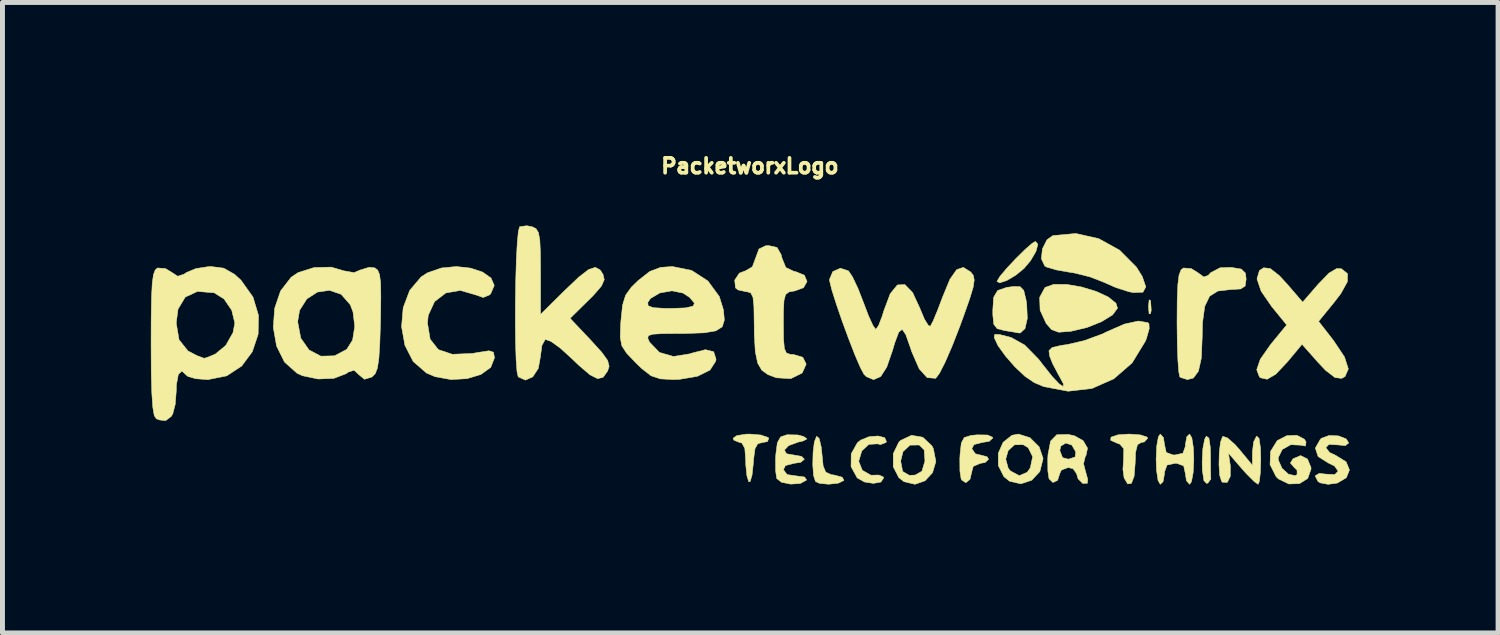
<source format=kicad_pcb>
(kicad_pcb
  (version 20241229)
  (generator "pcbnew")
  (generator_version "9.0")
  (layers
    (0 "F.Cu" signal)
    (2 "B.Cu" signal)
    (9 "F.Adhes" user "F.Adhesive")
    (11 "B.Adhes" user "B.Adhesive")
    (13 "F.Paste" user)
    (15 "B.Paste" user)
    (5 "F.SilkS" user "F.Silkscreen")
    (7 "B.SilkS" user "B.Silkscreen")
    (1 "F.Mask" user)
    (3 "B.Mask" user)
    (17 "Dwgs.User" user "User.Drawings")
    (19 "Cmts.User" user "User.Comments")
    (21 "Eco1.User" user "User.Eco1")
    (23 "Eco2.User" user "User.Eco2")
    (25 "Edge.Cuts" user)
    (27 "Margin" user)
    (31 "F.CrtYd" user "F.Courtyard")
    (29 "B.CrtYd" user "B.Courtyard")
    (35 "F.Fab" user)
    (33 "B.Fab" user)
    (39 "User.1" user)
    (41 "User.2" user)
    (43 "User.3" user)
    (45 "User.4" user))
  (footprint "PacketworxLogo"
    (layer "F.Cu")
    (at 12.112 4.117)
    (property "Reference" "PacketworxLogo" (at 0 -3.81 0) (layer "F.SilkS") (effects (font (size 0.3 0.3) (thickness 0.075))))
    (attr through_hole)
    (fp_poly (pts (xy 8.098 -1.092) (xy 8.102 -1.078) (xy 8.114 -0.893) (xy 8.099 -0.824) (xy 8.071 -0.821) (xy 8.06 -0.954) (xy 8.06 -0.974) (xy 8.072 -1.105) (xy 8.098 -1.092)) (stroke (width 0.01) (type solid)) (fill yes) (layer "F.SilkS"))
    (fp_poly (pts (xy 5.822 -2.228) (xy 5.783 -2.083) (xy 5.675 -1.898) (xy 5.542 -1.74) (xy 5.372 -1.601) (xy 5.192 -1.495) (xy 5.05 -1.448) (xy 4.995 -1.478) (xy 5.051 -1.573) (xy 5.19 -1.739) (xy 5.373 -1.935) (xy 5.56 -2.119) (xy 5.709 -2.249) (xy 5.774 -2.286) (xy 5.822 -2.228)) (stroke (width 0.01) (type solid)) (fill yes) (layer "F.SilkS"))
    (fp_poly (pts (xy 9.281 1.693) (xy 9.309 1.882) (xy 9.313 2.027) (xy 9.314 2.285) (xy 9.317 2.468) (xy 9.32 2.517) (xy 9.261 2.597) (xy 9.235 2.608) (xy 9.179 2.55) (xy 9.148 2.34) (xy 9.144 2.171) (xy 9.158 1.904) (xy 9.195 1.711) (xy 9.229 1.651) (xy 9.281 1.693)) (stroke (width 0.01) (type solid)) (fill yes) (layer "F.SilkS"))
    (fp_poly (pts (xy 5.464 -1.371) (xy 5.537 -1.294) (xy 5.583 -1.102) (xy 5.596 -1.016) (xy 5.609 -0.729) (xy 5.562 -0.523) (xy 5.466 -0.434) (xy 5.429 -0.436) (xy 5.314 -0.457) (xy 5.144 -0.484) (xy 4.999 -0.522) (xy 4.931 -0.611) (xy 4.911 -0.801) (xy 4.911 -0.897) (xy 4.928 -1.156) (xy 5.008 -1.293) (xy 5.191 -1.356) (xy 5.332 -1.375) (xy 5.464 -1.371)) (stroke (width 0.01) (type solid)) (fill yes) (layer "F.SilkS"))
    (fp_poly (pts (xy 1.401 1.699) (xy 1.442 1.873) (xy 1.456 2.009) (xy 1.481 2.255) (xy 1.533 2.379) (xy 1.641 2.429) (xy 1.716 2.44) (xy 1.868 2.483) (xy 1.901 2.546) (xy 1.787 2.602) (xy 1.594 2.623) (xy 1.407 2.606) (xy 1.326 2.568) (xy 1.287 2.447) (xy 1.271 2.23) (xy 1.277 1.982) (xy 1.303 1.769) (xy 1.347 1.656) (xy 1.35 1.654) (xy 1.401 1.699)) (stroke (width 0.01) (type solid)) (fill yes) (layer "F.SilkS"))
    (fp_poly (pts (xy 6.403 -1.417) (xy 6.701 -1.366) (xy 6.996 -1.277) (xy 7.244 -1.163) (xy 7.401 -1.036) (xy 7.432 -0.935) (xy 7.334 -0.802) (xy 7.113 -0.665) (xy 6.817 -0.546) (xy 6.491 -0.469) (xy 6.477 -0.467) (xy 6.243 -0.45) (xy 6.1 -0.502) (xy 5.99 -0.627) (xy 5.867 -0.895) (xy 5.858 -1.155) (xy 5.964 -1.351) (xy 5.97 -1.356) (xy 6.144 -1.418) (xy 6.403 -1.417)) (stroke (width 0.01) (type solid)) (fill yes) (layer "F.SilkS"))
    (fp_poly (pts (xy 7.89 1.625) (xy 8.026 1.668) (xy 8.043 1.693) (xy 7.975 1.768) (xy 7.916 1.778) (xy 7.836 1.823) (xy 7.797 1.98) (xy 7.789 2.201) (xy 7.768 2.462) (xy 7.713 2.607) (xy 7.638 2.617) (xy 7.566 2.497) (xy 7.542 2.324) (xy 7.555 2.104) (xy 7.559 1.906) (xy 7.48 1.813) (xy 7.438 1.799) (xy 7.294 1.735) (xy 7.301 1.672) (xy 7.44 1.625) (xy 7.662 1.609) (xy 7.89 1.625)) (stroke (width 0.01) (type solid)) (fill yes) (layer "F.SilkS"))
    (fp_poly (pts (xy 7.053 -2.342) (xy 7.474 -2.109) (xy 7.814 -1.768) (xy 7.932 -1.578) (xy 8.005 -1.367) (xy 7.946 -1.259) (xy 7.752 -1.252) (xy 7.662 -1.269) (xy 7.404 -1.351) (xy 7.137 -1.468) (xy 7.135 -1.469) (xy 6.876 -1.569) (xy 6.559 -1.648) (xy 6.457 -1.664) (xy 6.2 -1.709) (xy 6.009 -1.764) (xy 5.962 -1.788) (xy 5.893 -1.935) (xy 5.914 -2.136) (xy 6.006 -2.319) (xy 6.126 -2.404) (xy 6.59 -2.446) (xy 7.053 -2.342)) (stroke (width 0.01) (type solid)) (fill yes) (layer "F.SilkS"))
    (fp_poly (pts (xy 0.22 1.628) (xy 0.365 1.677) (xy 0.381 1.693) (xy 0.356 1.761) (xy 0.263 1.778) (xy 0.16 1.803) (xy 0.103 1.904) (xy 0.074 2.124) (xy 0.068 2.209) (xy 0.043 2.439) (xy 0.005 2.567) (xy -0.021 2.576) (xy -0.06 2.458) (xy -0.083 2.239) (xy -0.085 2.145) (xy -0.103 1.899) (xy -0.163 1.79) (xy -0.212 1.778) (xy -0.324 1.732) (xy -0.339 1.693) (xy -0.264 1.64) (xy -0.076 1.611) (xy -0.005 1.609) (xy 0.22 1.628)) (stroke (width 0.01) (type solid)) (fill yes) (layer "F.SilkS"))
    (fp_poly (pts (xy 2.725 1.682) (xy 2.76 1.76) (xy 2.75 1.78) (xy 2.643 1.821) (xy 2.579 1.807) (xy 2.405 1.817) (xy 2.262 1.949) (xy 2.201 2.156) (xy 2.201 2.164) (xy 2.273 2.342) (xy 2.447 2.441) (xy 2.607 2.437) (xy 2.697 2.475) (xy 2.703 2.498) (xy 2.648 2.579) (xy 2.498 2.606) (xy 2.317 2.578) (xy 2.17 2.496) (xy 2.045 2.268) (xy 2.048 2.008) (xy 2.173 1.785) (xy 2.24 1.731) (xy 2.411 1.662) (xy 2.591 1.648) (xy 2.725 1.682)) (stroke (width 0.01) (type solid)) (fill yes) (layer "F.SilkS"))
    (fp_poly (pts (xy 4.805 1.628) (xy 4.908 1.675) (xy 4.911 1.688) (xy 4.838 1.756) (xy 4.699 1.778) (xy 4.529 1.822) (xy 4.487 1.905) (xy 4.558 2.008) (xy 4.657 2.032) (xy 4.794 2.067) (xy 4.826 2.117) (xy 4.755 2.185) (xy 4.657 2.201) (xy 4.515 2.262) (xy 4.487 2.366) (xy 4.449 2.525) (xy 4.365 2.593) (xy 4.281 2.537) (xy 4.27 2.513) (xy 4.246 2.356) (xy 4.244 2.11) (xy 4.249 2.021) (xy 4.274 1.79) (xy 4.334 1.679) (xy 4.474 1.636) (xy 4.593 1.625) (xy 4.805 1.628)) (stroke (width 0.01) (type solid)) (fill yes) (layer "F.SilkS"))
    (fp_poly (pts (xy 3.496 1.674) (xy 3.679 1.847) (xy 3.709 1.903) (xy 3.76 2.164) (xy 3.692 2.391) (xy 3.54 2.554) (xy 3.337 2.624) (xy 3.118 2.573) (xy 3.012 2.492) (xy 2.898 2.271) (xy 2.898 2.155) (xy 3.048 2.155) (xy 3.088 2.365) (xy 3.221 2.443) (xy 3.341 2.438) (xy 3.478 2.36) (xy 3.538 2.158) (xy 3.539 2.149) (xy 3.523 1.928) (xy 3.423 1.83) (xy 3.236 1.833) (xy 3.095 1.964) (xy 3.048 2.155) (xy 2.898 2.155) (xy 2.898 2.006) (xy 3.011 1.773) (xy 3.045 1.739) (xy 3.267 1.634) (xy 3.496 1.674)) (stroke (width 0.01) (type solid)) (fill yes) (layer "F.SilkS"))
    (fp_poly (pts (xy 5.662 1.683) (xy 5.848 1.867) (xy 5.927 2.101) (xy 5.927 2.108) (xy 5.862 2.367) (xy 5.697 2.543) (xy 5.478 2.615) (xy 5.251 2.563) (xy 5.135 2.47) (xy 5.022 2.245) (xy 5.022 2.117) (xy 5.172 2.117) (xy 5.224 2.302) (xy 5.266 2.354) (xy 5.446 2.45) (xy 5.607 2.381) (xy 5.669 2.292) (xy 5.717 2.067) (xy 5.627 1.885) (xy 5.528 1.825) (xy 5.351 1.826) (xy 5.223 1.941) (xy 5.172 2.117) (xy 5.022 2.117) (xy 5.022 1.996) (xy 5.12 1.775) (xy 5.297 1.634) (xy 5.428 1.609) (xy 5.662 1.683)) (stroke (width 0.01) (type solid)) (fill yes) (layer "F.SilkS"))
    (fp_poly (pts (xy 11.9 1.646) (xy 12.056 1.707) (xy 12.107 1.789) (xy 12.038 1.843) (xy 11.901 1.829) (xy 11.707 1.818) (xy 11.644 1.884) (xy 11.722 1.983) (xy 11.847 2.042) (xy 12.055 2.171) (xy 12.122 2.335) (xy 12.059 2.491) (xy 11.878 2.599) (xy 11.691 2.625) (xy 11.533 2.596) (xy 11.486 2.568) (xy 11.428 2.455) (xy 11.511 2.404) (xy 11.632 2.418) (xy 11.826 2.428) (xy 11.893 2.358) (xy 11.821 2.256) (xy 11.69 2.191) (xy 11.488 2.063) (xy 11.432 1.893) (xy 11.533 1.715) (xy 11.556 1.694) (xy 11.71 1.638) (xy 11.9 1.646)) (stroke (width 0.01) (type solid)) (fill yes) (layer "F.SilkS"))
    (fp_poly (pts (xy 10.294 1.696) (xy 10.323 1.892) (xy 10.329 2.112) (xy 10.321 2.381) (xy 10.3 2.567) (xy 10.275 2.625) (xy 10.193 2.566) (xy 10.044 2.417) (xy 9.948 2.31) (xy 9.676 1.995) (xy 9.714 2.257) (xy 9.713 2.463) (xy 9.653 2.585) (xy 9.558 2.584) (xy 9.537 2.566) (xy 9.499 2.446) (xy 9.484 2.23) (xy 9.49 1.983) (xy 9.515 1.77) (xy 9.558 1.657) (xy 9.561 1.655) (xy 9.654 1.686) (xy 9.806 1.819) (xy 9.899 1.924) (xy 10.16 2.24) (xy 10.16 1.972) (xy 10.184 1.769) (xy 10.243 1.652) (xy 10.245 1.651) (xy 10.294 1.696)) (stroke (width 0.01) (type solid)) (fill yes) (layer "F.SilkS"))
    (fp_poly (pts (xy 0.966 1.627) (xy 1.086 1.658) (xy 1.153 1.707) (xy 1.074 1.749) (xy 0.981 1.77) (xy 0.783 1.842) (xy 0.698 1.932) (xy 0.739 2.007) (xy 0.882 2.032) (xy 1.044 2.06) (xy 1.101 2.117) (xy 1.028 2.18) (xy 0.889 2.201) (xy 0.719 2.245) (xy 0.677 2.328) (xy 0.752 2.428) (xy 0.936 2.455) (xy 1.106 2.478) (xy 1.145 2.537) (xy 1.143 2.54) (xy 1.02 2.608) (xy 0.824 2.621) (xy 0.637 2.583) (xy 0.542 2.507) (xy 0.52 2.354) (xy 0.519 2.111) (xy 0.524 2.021) (xy 0.555 1.783) (xy 0.621 1.667) (xy 0.747 1.623) (xy 0.966 1.627)) (stroke (width 0.01) (type solid)) (fill yes) (layer "F.SilkS"))
    (fp_poly (pts (xy 11.213 1.715) (xy 11.244 1.77) (xy 11.233 1.851) (xy 11.139 1.834) (xy 10.935 1.824) (xy 10.763 1.921) (xy 10.682 2.085) (xy 10.684 2.135) (xy 10.758 2.301) (xy 10.889 2.42) (xy 11.022 2.45) (xy 11.064 2.427) (xy 11.061 2.336) (xy 11.005 2.285) (xy 10.928 2.194) (xy 10.981 2.109) (xy 11.134 2.044) (xy 11.273 2.113) (xy 11.344 2.284) (xy 11.345 2.317) (xy 11.278 2.507) (xy 11.111 2.611) (xy 10.897 2.618) (xy 10.686 2.516) (xy 10.639 2.47) (xy 10.516 2.226) (xy 10.527 1.958) (xy 10.661 1.742) (xy 10.854 1.642) (xy 11.06 1.634) (xy 11.213 1.715)) (stroke (width 0.01) (type solid)) (fill yes) (layer "F.SilkS"))
    (fp_poly (pts (xy 8.935 1.686) (xy 8.966 1.887) (xy 8.975 2.117) (xy 8.962 2.387) (xy 8.928 2.571) (xy 8.89 2.625) (xy 8.826 2.552) (xy 8.805 2.413) (xy 8.77 2.252) (xy 8.633 2.202) (xy 8.594 2.201) (xy 8.433 2.236) (xy 8.383 2.374) (xy 8.382 2.413) (xy 8.353 2.572) (xy 8.297 2.625) (xy 8.252 2.548) (xy 8.222 2.346) (xy 8.213 2.117) (xy 8.226 1.846) (xy 8.259 1.663) (xy 8.297 1.609) (xy 8.361 1.681) (xy 8.382 1.82) (xy 8.417 1.981) (xy 8.555 2.031) (xy 8.594 2.032) (xy 8.755 1.997) (xy 8.804 1.859) (xy 8.805 1.82) (xy 8.834 1.661) (xy 8.89 1.609) (xy 8.935 1.686)) (stroke (width 0.01) (type solid)) (fill yes) (layer "F.SilkS"))
    (fp_poly (pts (xy 9.934 -1.727) (xy 10.019 -1.645) (xy 10.033 -1.524) (xy 10.013 -1.385) (xy 9.922 -1.325) (xy 9.711 -1.312) (xy 9.71 -1.312) (xy 9.461 -1.283) (xy 9.295 -1.179) (xy 9.196 -0.974) (xy 9.151 -0.645) (xy 9.144 -0.339) (xy 9.127 0.073) (xy 9.069 0.338) (xy 8.966 0.476) (xy 8.845 0.508) (xy 8.707 0.464) (xy 8.692 0.452) (xy 8.671 0.35) (xy 8.653 0.113) (xy 8.641 -0.224) (xy 8.636 -0.626) (xy 8.636 -0.652) (xy 8.639 -1.103) (xy 8.652 -1.411) (xy 8.676 -1.604) (xy 8.716 -1.709) (xy 8.766 -1.749) (xy 8.924 -1.736) (xy 9.05 -1.659) (xy 9.176 -1.567) (xy 9.265 -1.598) (xy 9.315 -1.653) (xy 9.505 -1.753) (xy 9.729 -1.761) (xy 9.934 -1.727)) (stroke (width 0.01) (type solid)) (fill yes) (layer "F.SilkS"))
    (fp_poly (pts (xy 6.559 1.643) (xy 6.737 1.742) (xy 6.826 1.894) (xy 6.795 2.042) (xy 6.782 2.057) (xy 6.745 2.208) (xy 6.782 2.351) (xy 6.829 2.521) (xy 6.824 2.603) (xy 6.729 2.607) (xy 6.635 2.513) (xy 6.604 2.408) (xy 6.534 2.309) (xy 6.435 2.286) (xy 6.297 2.337) (xy 6.265 2.408) (xy 6.22 2.546) (xy 6.127 2.589) (xy 6.048 2.513) (xy 6.024 2.355) (xy 6.022 2.11) (xy 6.027 2.021) (xy 6.043 1.941) (xy 6.265 1.941) (xy 6.321 2.086) (xy 6.441 2.117) (xy 6.576 2.071) (xy 6.588 1.969) (xy 6.509 1.832) (xy 6.387 1.791) (xy 6.287 1.851) (xy 6.265 1.941) (xy 6.043 1.941) (xy 6.079 1.751) (xy 6.204 1.623) (xy 6.431 1.616) (xy 6.559 1.643)) (stroke (width 0.01) (type solid)) (fill yes) (layer "F.SilkS"))
    (fp_poly (pts (xy -5.647 -1.746) (xy -5.403 -1.665) (xy -5.234 -1.545) (xy -5.169 -1.397) (xy -5.239 -1.232) (xy -5.262 -1.206) (xy -5.393 -1.152) (xy -5.534 -1.202) (xy -5.855 -1.295) (xy -6.148 -1.244) (xy -6.376 -1.069) (xy -6.504 -0.791) (xy -6.519 -0.635) (xy -6.465 -0.308) (xy -6.299 -0.098) (xy -6.016 -0.004) (xy -5.609 -0.021) (xy -5.482 -0.044) (xy -5.275 -0.075) (xy -5.185 -0.045) (xy -5.165 0.062) (xy -5.165 0.069) (xy -5.24 0.261) (xy -5.439 0.404) (xy -5.721 0.489) (xy -6.043 0.507) (xy -6.366 0.449) (xy -6.539 0.375) (xy -6.808 0.142) (xy -6.975 -0.185) (xy -7.043 -0.562) (xy -7.01 -0.946) (xy -6.878 -1.296) (xy -6.647 -1.569) (xy -6.522 -1.65) (xy -6.237 -1.749) (xy -5.935 -1.778) (xy -5.647 -1.746)) (stroke (width 0.01) (type solid)) (fill yes) (layer "F.SilkS"))
    (fp_poly (pts (xy 10.52 -1.738) (xy 10.703 -1.595) (xy 10.853 -1.433) (xy 11.176 -1.058) (xy 11.493 -1.424) (xy 11.709 -1.646) (xy 11.865 -1.738) (xy 11.959 -1.733) (xy 12.083 -1.634) (xy 12.08 -1.471) (xy 11.947 -1.23) (xy 11.802 -1.042) (xy 11.498 -0.67) (xy 11.802 -0.279) (xy 12.022 0.051) (xy 12.099 0.292) (xy 12.033 0.445) (xy 11.965 0.483) (xy 11.83 0.467) (xy 11.642 0.323) (xy 11.493 0.166) (xy 11.163 -0.206) (xy 10.866 0.151) (xy 10.633 0.398) (xy 10.458 0.501) (xy 10.323 0.471) (xy 10.301 0.452) (xy 10.247 0.308) (xy 10.319 0.097) (xy 10.523 -0.195) (xy 10.549 -0.227) (xy 10.853 -0.598) (xy 10.549 -0.97) (xy 10.336 -1.28) (xy 10.252 -1.528) (xy 10.302 -1.698) (xy 10.387 -1.753) (xy 10.52 -1.738)) (stroke (width 0.01) (type solid)) (fill yes) (layer "F.SilkS"))
    (fp_poly (pts (xy 8.044 -0.644) (xy 8.068 -0.624) (xy 8.073 -0.52) (xy 8.018 -0.326) (xy 7.994 -0.266) (xy 7.727 0.171) (xy 7.357 0.492) (xy 6.916 0.687) (xy 6.433 0.743) (xy 5.939 0.649) (xy 5.748 0.568) (xy 5.562 0.442) (xy 5.358 0.25) (xy 5.166 0.03) (xy 5.016 -0.179) (xy 4.94 -0.34) (xy 4.948 -0.405) (xy 5.044 -0.404) (xy 5.235 -0.357) (xy 5.289 -0.34) (xy 5.557 -0.19) (xy 5.835 0.094) (xy 5.937 0.226) (xy 6.119 0.454) (xy 6.258 0.599) (xy 6.337 0.648) (xy 6.338 0.592) (xy 6.246 0.421) (xy 6.239 0.41) (xy 6.122 0.189) (xy 6.06 0.032) (xy 6.046 -0.077) (xy 6.111 -0.141) (xy 6.291 -0.183) (xy 6.423 -0.202) (xy 6.759 -0.28) (xy 7.114 -0.41) (xy 7.234 -0.467) (xy 7.573 -0.615) (xy 7.855 -0.676) (xy 8.044 -0.644)) (stroke (width 0.01) (type solid)) (fill yes) (layer "F.SilkS"))
    (fp_poly (pts (xy 0.548 -2.164) (xy 0.631 -2.019) (xy 0.647 -1.952) (xy 0.726 -1.759) (xy 0.889 -1.681) (xy 0.92 -1.677) (xy 1.101 -1.603) (xy 1.155 -1.475) (xy 1.084 -1.35) (xy 0.91 -1.286) (xy 0.791 -1.265) (xy 0.722 -1.213) (xy 0.689 -1.092) (xy 0.678 -0.864) (xy 0.677 -0.629) (xy 0.68 -0.308) (xy 0.697 -0.12) (xy 0.738 -0.03) (xy 0.817 -0.002) (xy 0.88 0) (xy 1.07 0.057) (xy 1.138 0.195) (xy 1.061 0.366) (xy 1.049 0.379) (xy 0.825 0.489) (xy 0.534 0.471) (xy 0.367 0.408) (xy 0.24 0.318) (xy 0.157 0.174) (xy 0.109 -0.056) (xy 0.089 -0.405) (xy 0.086 -0.656) (xy 0.081 -0.975) (xy 0.061 -1.16) (xy 0.016 -1.246) (xy -0.063 -1.27) (xy -0.08 -1.27) (xy -0.239 -1.305) (xy -0.292 -1.347) (xy -0.307 -1.504) (xy -0.213 -1.645) (xy -0.086 -1.693) (xy 0.049 -1.772) (xy 0.114 -1.947) (xy 0.183 -2.133) (xy 0.317 -2.198) (xy 0.381 -2.201) (xy 0.548 -2.164)) (stroke (width 0.01) (type solid)) (fill yes) (layer "F.SilkS"))
    (fp_poly (pts (xy -4.402 -2.582) (xy -4.325 -2.544) (xy -4.276 -2.465) (xy -4.248 -2.314) (xy -4.236 -2.059) (xy -4.233 -1.669) (xy -4.233 -0.81) (xy -3.744 -1.294) (xy -3.46 -1.564) (xy -3.262 -1.717) (xy -3.126 -1.762) (xy -3.029 -1.71) (xy -2.971 -1.622) (xy -2.945 -1.512) (xy -3.003 -1.382) (xy -3.165 -1.195) (xy -3.262 -1.099) (xy -3.636 -0.731) (xy -3.211 -0.282) (xy -2.992 -0.04) (xy -2.876 0.122) (xy -2.846 0.239) (xy -2.878 0.337) (xy -2.969 0.462) (xy -3.079 0.489) (xy -3.234 0.411) (xy -3.46 0.218) (xy -3.609 0.075) (xy -3.834 -0.129) (xy -4.021 -0.264) (xy -4.134 -0.304) (xy -4.14 -0.301) (xy -4.205 -0.184) (xy -4.233 0.02) (xy -4.233 0.03) (xy -4.278 0.281) (xy -4.391 0.453) (xy -4.54 0.518) (xy -4.685 0.452) (xy -4.709 0.345) (xy -4.727 0.106) (xy -4.738 -0.234) (xy -4.743 -0.64) (xy -4.741 -1.078) (xy -4.734 -1.515) (xy -4.722 -1.918) (xy -4.704 -2.253) (xy -4.682 -2.486) (xy -4.656 -2.583) (xy -4.656 -2.583) (xy -4.512 -2.603) (xy -4.402 -2.582)) (stroke (width 0.01) (type solid)) (fill yes) (layer "F.SilkS"))
    (fp_poly (pts (xy -8.209 -1.691) (xy -8.003 -1.655) (xy -7.887 -1.705) (xy -7.698 -1.763) (xy -7.586 -1.751) (xy -7.527 -1.708) (xy -7.488 -1.616) (xy -7.467 -1.446) (xy -7.462 -1.168) (xy -7.467 -0.755) (xy -7.469 -0.667) (xy -7.483 -0.224) (xy -7.502 0.08) (xy -7.531 0.274) (xy -7.575 0.388) (xy -7.639 0.452) (xy -7.646 0.457) (xy -7.793 0.501) (xy -7.903 0.411) (xy -8.002 0.319) (xy -8.119 0.355) (xy -8.168 0.39) (xy -8.412 0.483) (xy -8.729 0.496) (xy -9.045 0.43) (xy -9.154 0.381) (xy -9.409 0.154) (xy -9.57 -0.17) (xy -9.636 -0.547) (xy -9.628 -0.662) (xy -9.144 -0.662) (xy -9.081 -0.33) (xy -8.913 -0.091) (xy -8.675 0.034) (xy -8.399 0.027) (xy -8.151 -0.104) (xy -8.033 -0.292) (xy -7.989 -0.568) (xy -8.025 -0.861) (xy -8.08 -1.006) (xy -8.264 -1.216) (xy -8.499 -1.297) (xy -8.744 -1.262) (xy -8.959 -1.123) (xy -9.105 -0.893) (xy -9.144 -0.662) (xy -9.628 -0.662) (xy -9.609 -0.933) (xy -9.489 -1.285) (xy -9.276 -1.561) (xy -9.137 -1.655) (xy -8.811 -1.758) (xy -8.465 -1.766) (xy -8.209 -1.691)) (stroke (width 0.01) (type solid)) (fill yes) (layer "F.SilkS"))
    (fp_poly (pts (xy -1.179 -1.7) (xy -0.85 -1.487) (xy -0.619 -1.172) (xy -0.535 -0.902) (xy -0.517 -0.696) (xy -0.559 -0.56) (xy -0.686 -0.479) (xy -0.924 -0.438) (xy -1.298 -0.425) (xy -1.421 -0.425) (xy -1.763 -0.422) (xy -1.964 -0.41) (xy -2.055 -0.38) (xy -2.064 -0.324) (xy -2.03 -0.25) (xy -1.831 -0.042) (xy -1.546 0.04) (xy -1.209 -0.014) (xy -1.175 -0.027) (xy -0.9 -0.097) (xy -0.733 -0.056) (xy -0.685 0.093) (xy -0.691 0.135) (xy -0.807 0.315) (xy -1.061 0.441) (xy -1.426 0.503) (xy -1.555 0.507) (xy -1.811 0.493) (xy -1.998 0.431) (xy -2.185 0.286) (xy -2.306 0.169) (xy -2.492 -0.025) (xy -2.59 -0.176) (xy -2.622 -0.35) (xy -2.613 -0.612) (xy -2.607 -0.69) (xy -2.575 -0.995) (xy -2.558 -1.052) (xy -2.065 -1.052) (xy -2.058 -0.984) (xy -1.952 -0.946) (xy -1.718 -0.932) (xy -1.599 -0.931) (xy -1.299 -0.942) (xy -1.148 -0.978) (xy -1.121 -1.037) (xy -1.218 -1.154) (xy -1.351 -1.241) (xy -1.577 -1.287) (xy -1.821 -1.244) (xy -2.011 -1.132) (xy -2.065 -1.052) (xy -2.558 -1.052) (xy -2.514 -1.197) (xy -2.396 -1.362) (xy -2.26 -1.494) (xy -2.026 -1.678) (xy -1.807 -1.761) (xy -1.566 -1.778) (xy -1.179 -1.7)) (stroke (width 0.01) (type solid)) (fill yes) (layer "F.SilkS"))
    (fp_poly (pts (xy 4.463 -1.669) (xy 4.466 -1.666) (xy 4.518 -1.597) (xy 4.535 -1.504) (xy 4.513 -1.357) (xy 4.444 -1.128) (xy 4.323 -0.785) (xy 4.236 -0.547) (xy 4.087 -0.166) (xy 3.948 0.154) (xy 3.833 0.38) (xy 3.757 0.481) (xy 3.755 0.482) (xy 3.583 0.468) (xy 3.422 0.289) (xy 3.271 -0.058) (xy 3.245 -0.137) (xy 3.152 -0.401) (xy 3.079 -0.508) (xy 3.01 -0.453) (xy 2.929 -0.236) (xy 2.884 -0.085) (xy 2.767 0.255) (xy 2.644 0.446) (xy 2.503 0.508) (xy 2.498 0.508) (xy 2.355 0.448) (xy 2.307 0.402) (xy 2.234 0.265) (xy 2.125 0.012) (xy 1.998 -0.314) (xy 1.867 -0.67) (xy 1.749 -1.013) (xy 1.658 -1.3) (xy 1.612 -1.486) (xy 1.609 -1.517) (xy 1.676 -1.676) (xy 1.83 -1.744) (xy 1.992 -1.691) (xy 2.074 -1.569) (xy 2.184 -1.337) (xy 2.294 -1.055) (xy 2.398 -0.782) (xy 2.488 -0.586) (xy 2.544 -0.508) (xy 2.545 -0.508) (xy 2.6 -0.582) (xy 2.673 -0.769) (xy 2.709 -0.887) (xy 2.838 -1.23) (xy 2.982 -1.406) (xy 3.134 -1.413) (xy 3.289 -1.253) (xy 3.435 -0.938) (xy 3.529 -0.713) (xy 3.61 -0.584) (xy 3.648 -0.571) (xy 3.705 -0.679) (xy 3.796 -0.898) (xy 3.9 -1.172) (xy 4.045 -1.522) (xy 4.18 -1.715) (xy 4.315 -1.761) (xy 4.463 -1.669)) (stroke (width 0.01) (type solid)) (fill yes) (layer "F.SilkS"))
    (fp_poly (pts (xy -10.638 -1.745) (xy -10.42 -1.621) (xy -10.289 -1.501) (xy -10.047 -1.161) (xy -9.935 -0.787) (xy -9.943 -0.408) (xy -10.06 -0.057) (xy -10.275 0.233) (xy -10.578 0.432) (xy -10.958 0.508) (xy -10.966 0.508) (xy -11.203 0.49) (xy -11.361 0.445) (xy -11.388 0.423) (xy -11.484 0.335) (xy -11.556 0.402) (xy -11.595 0.61) (xy -11.599 0.745) (xy -11.619 1.007) (xy -11.67 1.203) (xy -11.701 1.253) (xy -11.812 1.337) (xy -11.936 1.324) (xy -12.002 1.299) (xy -12.043 1.235) (xy -12.072 1.071) (xy -12.092 0.79) (xy -12.104 0.374) (xy -12.107 -0.194) (xy -12.107 -0.221) (xy -12.106 -0.635) (xy -11.599 -0.635) (xy -11.542 -0.298) (xy -11.362 -0.072) (xy -11.176 0.025) (xy -11.055 0.069) (xy -11.032 0.078) (xy -10.952 0.052) (xy -10.808 -0.009) (xy -10.598 -0.182) (xy -10.451 -0.441) (xy -10.414 -0.635) (xy -10.477 -0.895) (xy -10.633 -1.123) (xy -10.831 -1.247) (xy -11.169 -1.275) (xy -11.416 -1.161) (xy -11.563 -0.916) (xy -11.599 -0.635) (xy -12.106 -0.635) (xy -12.105 -0.766) (xy -12.098 -1.164) (xy -12.084 -1.438) (xy -12.06 -1.612) (xy -12.025 -1.707) (xy -11.977 -1.749) (xy -11.977 -1.749) (xy -11.817 -1.737) (xy -11.702 -1.668) (xy -11.57 -1.582) (xy -11.442 -1.623) (xy -11.393 -1.657) (xy -11.2 -1.737) (xy -10.941 -1.777) (xy -10.897 -1.778) (xy -10.638 -1.745)) (stroke (width 0.01) (type solid)) (fill yes) (layer "F.SilkS")))
  (gr_rect
    (start -3 -3)
    (end 27.239 9.747)
    (stroke (width 0.1) (type default))
    (fill no)
    (layer "Edge.Cuts")))
</source>
